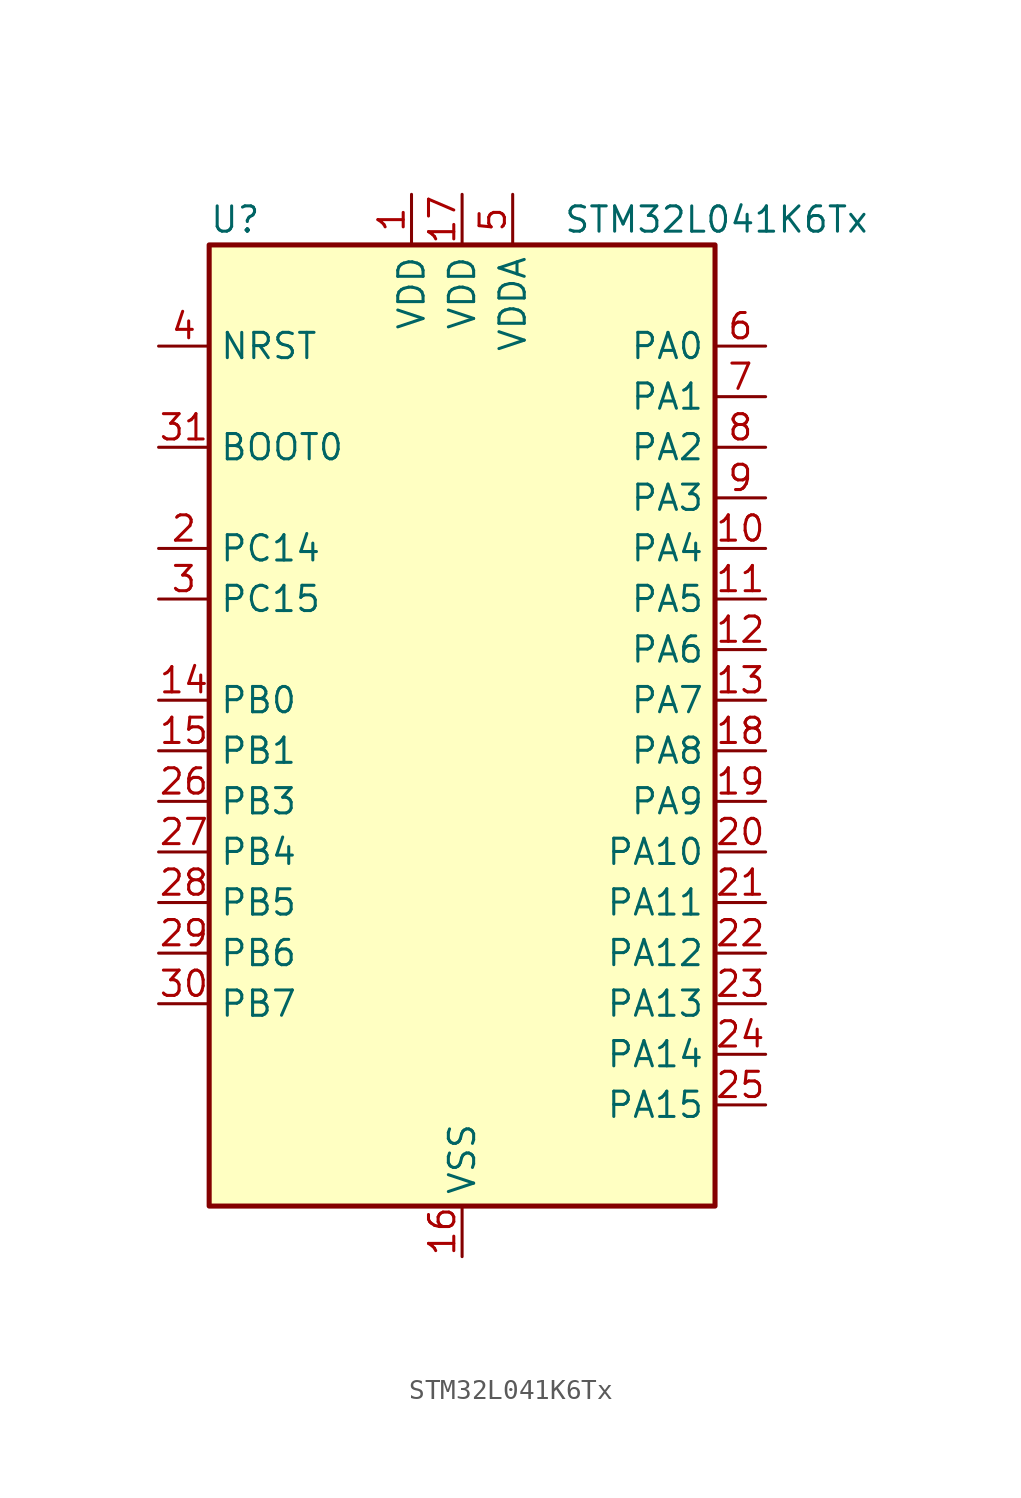
<source format=kicad_sym>
(kicad_symbol_lib
  (version 20241209)
  (generator "kicad_symbol_editor")
  (generator_version "9.0")
  (symbol "STM32L041K6Tx"
    (property "Reference" "U"
      (at -12.7 26.67 0)
      (effects (font (size 1.27 1.27)) (justify left)))
    (property "Value" "STM32L041K6Tx"
      (at 5.08 26.67 0)
      (effects (font (size 1.27 1.27)) (justify left)))
    (symbol "STM32L041K6Tx_0_1"
      (rectangle (start -12.7 -22.86) (end 12.7 25.4) (stroke (width 0.254) (type default)) (fill (type background))))
    (symbol "STM32L041K6Tx_1_1"
      (pin input line (at -15.24 20.32 0) (length 2.54) (name "NRST" (effects (font (size 1.27 1.27)))) (number "4" (effects (font (size 1.27 1.27)))))
      (pin input line (at -15.24 15.24 0) (length 2.54) (name "BOOT0" (effects (font (size 1.27 1.27)))) (number "31" (effects (font (size 1.27 1.27)))))
      (pin bidirectional line (at -15.24 10.16 0) (length 2.54) (name "PC14" (effects (font (size 1.27 1.27)))) (number "2" (effects (font (size 1.27 1.27)))) (alternate "RCC_OSC32_IN" bidirectional line))
      (pin bidirectional line (at -15.24 7.62 0) (length 2.54) (name "PC15" (effects (font (size 1.27 1.27)))) (number "3" (effects (font (size 1.27 1.27)))) (alternate "RCC_OSC32_OUT" bidirectional line))
      (pin bidirectional line (at -15.24 2.54 0) (length 2.54) (name "PB0" (effects (font (size 1.27 1.27)))) (number "14" (effects (font (size 1.27 1.27)))) (alternate "ADC_IN8" bidirectional line) (alternate "SPI1_MISO" bidirectional line) (alternate "SYS_VREF_OUT_PB0" bidirectional line) (alternate "TIM2_CH3" bidirectional line) (alternate "USART2_DE" bidirectional line) (alternate "USART2_RTS" bidirectional line))
      (pin bidirectional line (at -15.24 0 0) (length 2.54) (name "PB1" (effects (font (size 1.27 1.27)))) (number "15" (effects (font (size 1.27 1.27)))) (alternate "ADC_IN9" bidirectional line) (alternate "LPUART1_DE" bidirectional line) (alternate "LPUART1_RTS" bidirectional line) (alternate "SPI1_MOSI" bidirectional line) (alternate "SYS_VREF_OUT_PB1" bidirectional line) (alternate "TIM2_CH4" bidirectional line) (alternate "USART2_CK" bidirectional line))
      (pin bidirectional line (at -15.24 -2.54 0) (length 2.54) (name "PB3" (effects (font (size 1.27 1.27)))) (number "26" (effects (font (size 1.27 1.27)))) (alternate "COMP2_INM" bidirectional line) (alternate "SPI1_SCK" bidirectional line) (alternate "TIM2_CH2" bidirectional line))
      (pin bidirectional line (at -15.24 -5.08 0) (length 2.54) (name "PB4" (effects (font (size 1.27 1.27)))) (number "27" (effects (font (size 1.27 1.27)))) (alternate "COMP2_INP" bidirectional line) (alternate "SPI1_MISO" bidirectional line) (alternate "TIM22_CH1" bidirectional line))
      (pin bidirectional line (at -15.24 -7.62 0) (length 2.54) (name "PB5" (effects (font (size 1.27 1.27)))) (number "28" (effects (font (size 1.27 1.27)))) (alternate "COMP2_INP" bidirectional line) (alternate "I2C1_SMBA" bidirectional line) (alternate "LPTIM1_IN1" bidirectional line) (alternate "SPI1_MOSI" bidirectional line) (alternate "TIM22_CH2" bidirectional line))
      (pin bidirectional line (at -15.24 -10.16 0) (length 2.54) (name "PB6" (effects (font (size 1.27 1.27)))) (number "29" (effects (font (size 1.27 1.27)))) (alternate "COMP2_INP" bidirectional line) (alternate "I2C1_SCL" bidirectional line) (alternate "LPTIM1_ETR" bidirectional line) (alternate "TIM21_CH1" bidirectional line) (alternate "USART2_TX" bidirectional line))
      (pin bidirectional line (at -15.24 -12.7 0) (length 2.54) (name "PB7" (effects (font (size 1.27 1.27)))) (number "30" (effects (font (size 1.27 1.27)))) (alternate "COMP2_INP" bidirectional line) (alternate "I2C1_SDA" bidirectional line) (alternate "LPTIM1_IN2" bidirectional line) (alternate "SYS_PVD_IN" bidirectional line) (alternate "USART2_RX" bidirectional line))
      (pin power_in line (at -2.54 27.94 270) (length 2.54) (name "VDD" (effects (font (size 1.27 1.27)))) (number "1" (effects (font (size 1.27 1.27)))))
      (pin power_in line (at 0 27.94 270) (length 2.54) (name "VDD" (effects (font (size 1.27 1.27)))) (number "17" (effects (font (size 1.27 1.27)))))
      (pin power_in line (at 0 -25.4 90) (length 2.54) (name "VSS" (effects (font (size 1.27 1.27)))) (number "16" (effects (font (size 1.27 1.27)))))
      (pin passive line (at 0 -25.4 90) (length 2.54) (hide yes) (name "VSS" (effects (font (size 1.27 1.27)))) (number "32" (effects (font (size 1.27 1.27)))))
      (pin power_in line (at 2.54 27.94 270) (length 2.54) (name "VDDA" (effects (font (size 1.27 1.27)))) (number "5" (effects (font (size 1.27 1.27)))))
      (pin bidirectional line (at 15.24 20.32 180) (length 2.54) (name "PA0" (effects (font (size 1.27 1.27)))) (number "6" (effects (font (size 1.27 1.27)))) (alternate "ADC_IN0" bidirectional line) (alternate "COMP1_INM" bidirectional line) (alternate "COMP1_OUT" bidirectional line) (alternate "LPTIM1_IN1" bidirectional line) (alternate "RCC_CK_IN" bidirectional line) (alternate "RTC_TAMP2" bidirectional line) (alternate "SYS_WKUP1" bidirectional line) (alternate "TIM2_CH1" bidirectional line) (alternate "TIM2_ETR" bidirectional line) (alternate "USART2_CTS" bidirectional line))
      (pin bidirectional line (at 15.24 17.78 180) (length 2.54) (name "PA1" (effects (font (size 1.27 1.27)))) (number "7" (effects (font (size 1.27 1.27)))) (alternate "ADC_IN1" bidirectional line) (alternate "COMP1_INP" bidirectional line) (alternate "I2C1_SMBA" bidirectional line) (alternate "LPTIM1_IN2" bidirectional line) (alternate "TIM21_ETR" bidirectional line) (alternate "TIM2_CH2" bidirectional line) (alternate "USART2_DE" bidirectional line) (alternate "USART2_RTS" bidirectional line))
      (pin bidirectional line (at 15.24 15.24 180) (length 2.54) (name "PA2" (effects (font (size 1.27 1.27)))) (number "8" (effects (font (size 1.27 1.27)))) (alternate "ADC_IN2" bidirectional line) (alternate "COMP2_INM" bidirectional line) (alternate "COMP2_OUT" bidirectional line) (alternate "LPUART1_TX" bidirectional line) (alternate "RTC_OUT_ALARM" bidirectional line) (alternate "RTC_OUT_CALIB" bidirectional line) (alternate "RTC_TAMP3" bidirectional line) (alternate "RTC_TS" bidirectional line) (alternate "SYS_WKUP3" bidirectional line) (alternate "TIM21_CH1" bidirectional line) (alternate "TIM2_CH3" bidirectional line) (alternate "USART2_TX" bidirectional line))
      (pin bidirectional line (at 15.24 12.7 180) (length 2.54) (name "PA3" (effects (font (size 1.27 1.27)))) (number "9" (effects (font (size 1.27 1.27)))) (alternate "ADC_IN3" bidirectional line) (alternate "COMP2_INP" bidirectional line) (alternate "LPUART1_RX" bidirectional line) (alternate "TIM21_CH2" bidirectional line) (alternate "TIM2_CH4" bidirectional line) (alternate "USART2_RX" bidirectional line))
      (pin bidirectional line (at 15.24 10.16 180) (length 2.54) (name "PA4" (effects (font (size 1.27 1.27)))) (number "10" (effects (font (size 1.27 1.27)))) (alternate "ADC_IN4" bidirectional line) (alternate "COMP1_INM" bidirectional line) (alternate "COMP2_INM" bidirectional line) (alternate "LPTIM1_IN1" bidirectional line) (alternate "SPI1_NSS" bidirectional line) (alternate "TIM22_ETR" bidirectional line) (alternate "USART2_CK" bidirectional line))
      (pin bidirectional line (at 15.24 7.62 180) (length 2.54) (name "PA5" (effects (font (size 1.27 1.27)))) (number "11" (effects (font (size 1.27 1.27)))) (alternate "ADC_IN5" bidirectional line) (alternate "COMP1_INM" bidirectional line) (alternate "COMP2_INM" bidirectional line) (alternate "LPTIM1_IN2" bidirectional line) (alternate "SPI1_SCK" bidirectional line) (alternate "TIM2_CH1" bidirectional line) (alternate "TIM2_ETR" bidirectional line))
      (pin bidirectional line (at 15.24 5.08 180) (length 2.54) (name "PA6" (effects (font (size 1.27 1.27)))) (number "12" (effects (font (size 1.27 1.27)))) (alternate "ADC_IN6" bidirectional line) (alternate "COMP1_OUT" bidirectional line) (alternate "LPTIM1_ETR" bidirectional line) (alternate "LPUART1_CTS" bidirectional line) (alternate "SPI1_MISO" bidirectional line) (alternate "TIM22_CH1" bidirectional line))
      (pin bidirectional line (at 15.24 2.54 180) (length 2.54) (name "PA7" (effects (font (size 1.27 1.27)))) (number "13" (effects (font (size 1.27 1.27)))) (alternate "ADC_IN7" bidirectional line) (alternate "COMP2_OUT" bidirectional line) (alternate "LPTIM1_OUT" bidirectional line) (alternate "SPI1_MOSI" bidirectional line) (alternate "TIM22_CH2" bidirectional line) (alternate "USART2_CTS" bidirectional line))
      (pin bidirectional line (at 15.24 0 180) (length 2.54) (name "PA8" (effects (font (size 1.27 1.27)))) (number "18" (effects (font (size 1.27 1.27)))) (alternate "LPTIM1_IN1" bidirectional line) (alternate "RCC_MCO" bidirectional line) (alternate "TIM2_CH1" bidirectional line) (alternate "USART2_CK" bidirectional line))
      (pin bidirectional line (at 15.24 -2.54 180) (length 2.54) (name "PA9" (effects (font (size 1.27 1.27)))) (number "19" (effects (font (size 1.27 1.27)))) (alternate "I2C1_SCL" bidirectional line) (alternate "RCC_MCO" bidirectional line) (alternate "TIM22_CH1" bidirectional line) (alternate "USART2_TX" bidirectional line))
      (pin bidirectional line (at 15.24 -5.08 180) (length 2.54) (name "PA10" (effects (font (size 1.27 1.27)))) (number "20" (effects (font (size 1.27 1.27)))) (alternate "I2C1_SDA" bidirectional line) (alternate "TIM22_CH2" bidirectional line) (alternate "USART2_RX" bidirectional line))
      (pin bidirectional line (at 15.24 -7.62 180) (length 2.54) (name "PA11" (effects (font (size 1.27 1.27)))) (number "21" (effects (font (size 1.27 1.27)))) (alternate "ADC_EXTI11" bidirectional line) (alternate "COMP1_OUT" bidirectional line) (alternate "SPI1_MISO" bidirectional line) (alternate "TIM21_CH2" bidirectional line) (alternate "USART2_CTS" bidirectional line))
      (pin bidirectional line (at 15.24 -10.16 180) (length 2.54) (name "PA12" (effects (font (size 1.27 1.27)))) (number "22" (effects (font (size 1.27 1.27)))) (alternate "COMP2_OUT" bidirectional line) (alternate "SPI1_MOSI" bidirectional line) (alternate "USART2_DE" bidirectional line) (alternate "USART2_RTS" bidirectional line))
      (pin bidirectional line (at 15.24 -12.7 180) (length 2.54) (name "PA13" (effects (font (size 1.27 1.27)))) (number "23" (effects (font (size 1.27 1.27)))) (alternate "LPTIM1_ETR" bidirectional line) (alternate "LPUART1_RX" bidirectional line) (alternate "SYS_SWDIO" bidirectional line))
      (pin bidirectional line (at 15.24 -15.24 180) (length 2.54) (name "PA14" (effects (font (size 1.27 1.27)))) (number "24" (effects (font (size 1.27 1.27)))) (alternate "I2C1_SMBA" bidirectional line) (alternate "LPTIM1_OUT" bidirectional line) (alternate "LPUART1_TX" bidirectional line) (alternate "SYS_SWCLK" bidirectional line) (alternate "USART2_TX" bidirectional line))
      (pin bidirectional line (at 15.24 -17.78 180) (length 2.54) (name "PA15" (effects (font (size 1.27 1.27)))) (number "25" (effects (font (size 1.27 1.27)))) (alternate "SPI1_NSS" bidirectional line) (alternate "TIM2_CH1" bidirectional line) (alternate "TIM2_ETR" bidirectional line) (alternate "USART2_RX" bidirectional line)))))
</source>
